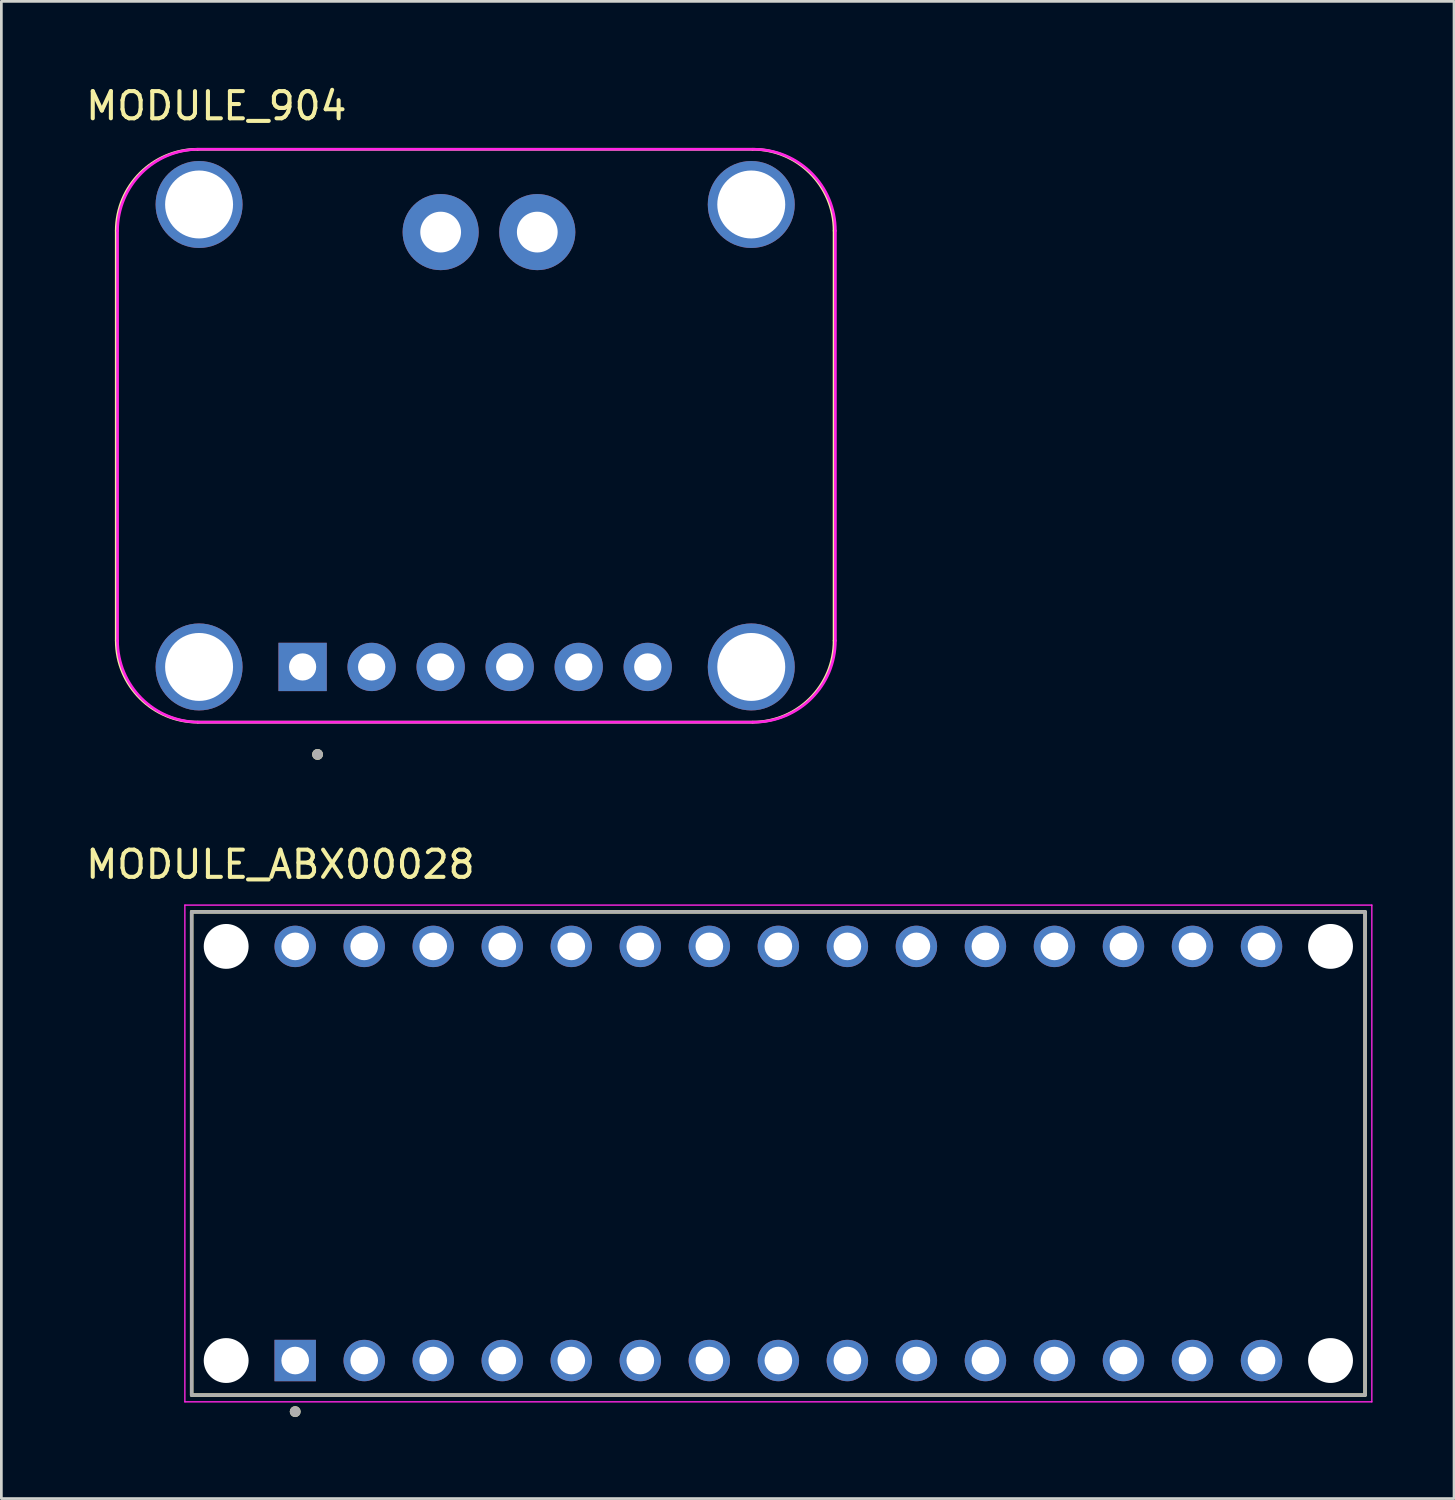
<source format=kicad_pcb>
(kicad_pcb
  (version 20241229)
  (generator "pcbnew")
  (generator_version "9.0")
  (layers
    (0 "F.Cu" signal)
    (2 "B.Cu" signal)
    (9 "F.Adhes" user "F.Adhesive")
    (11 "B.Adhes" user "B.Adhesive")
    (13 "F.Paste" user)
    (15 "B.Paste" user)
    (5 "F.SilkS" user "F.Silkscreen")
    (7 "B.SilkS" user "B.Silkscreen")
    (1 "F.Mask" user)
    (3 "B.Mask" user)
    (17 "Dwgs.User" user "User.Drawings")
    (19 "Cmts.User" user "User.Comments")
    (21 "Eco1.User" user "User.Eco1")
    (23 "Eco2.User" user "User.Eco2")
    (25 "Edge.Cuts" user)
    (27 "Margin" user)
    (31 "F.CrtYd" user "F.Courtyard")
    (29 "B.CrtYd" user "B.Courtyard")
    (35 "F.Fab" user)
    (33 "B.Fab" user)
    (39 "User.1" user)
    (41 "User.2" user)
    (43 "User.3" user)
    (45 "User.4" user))
  (footprint "MODULE_904"
    (layer "F.Cu")
    (at 1.736 24.033)
    (property "Reference" "MODULE_904" (at 3.175 -23.185 0) (layer "F.SilkS") (effects (font (size 1 1) (thickness 0.15))))
    (attr through_hole)
    (fp_line (start -0.508 -3.508) (end -0.508 -18.59) (stroke (width 0.1) (type default)) (layer "F.SilkS"))
    (fp_line (start 2.492 -21.59) (end 22.908 -21.59) (stroke (width 0.1) (type default)) (layer "F.SilkS"))
    (fp_line (start 22.908 -0.508) (end 2.492 -0.508) (stroke (width 0.1) (type default)) (layer "F.SilkS"))
    (fp_line (start 25.908 -18.59) (end 25.908 -3.508) (stroke (width 0.1) (type default)) (layer "F.SilkS"))
    (fp_arc (start -0.508 -18.59) (mid 0.37068 -20.71132) (end 2.492 -21.59) (stroke (width 0.1) (type default)) (layer "F.SilkS"))
    (fp_arc (start 2.492 -0.508) (mid 0.37068 -1.38668) (end -0.508 -3.508) (stroke (width 0.1) (type default)) (layer "F.SilkS"))
    (fp_arc (start 22.908 -21.59) (mid 25.02932 -20.71132) (end 25.908 -18.59) (stroke (width 0.1) (type default)) (layer "F.SilkS"))
    (fp_arc (start 25.908 -3.508) (mid 25.02932 -1.38668) (end 22.908 -0.508) (stroke (width 0.1) (type default)) (layer "F.SilkS"))
    (fp_circle (center 6.9 0.68) (end 7 0.68) (stroke (width 0.2) (type solid)) (fill no) (layer "F.SilkS"))
    (fp_line (start -0.46 -3.508) (end -0.46 -18.59) (stroke (width 0.1) (type default)) (layer "F.CrtYd"))
    (fp_line (start 2.54 -21.59) (end 22.956 -21.59) (stroke (width 0.1) (type default)) (layer "F.CrtYd"))
    (fp_line (start 22.956 -0.508) (end 2.54 -0.508) (stroke (width 0.1) (type default)) (layer "F.CrtYd"))
    (fp_line (start 25.956 -18.59) (end 25.956 -3.508) (stroke (width 0.1) (type default)) (layer "F.CrtYd"))
    (fp_arc (start -0.46 -18.59) (mid 0.41868 -20.71132) (end 2.54 -21.59) (stroke (width 0.1) (type default)) (layer "F.CrtYd"))
    (fp_arc (start 2.54 -0.508) (mid 0.41868 -1.38668) (end -0.46 -3.508) (stroke (width 0.1) (type default)) (layer "F.CrtYd"))
    (fp_arc (start 22.956 -21.59) (mid 25.07732 -20.71132) (end 25.956 -18.59) (stroke (width 0.1) (type default)) (layer "F.CrtYd"))
    (fp_arc (start 25.956 -3.508) (mid 25.07732 -1.38668) (end 22.956 -0.508) (stroke (width 0.1) (type default)) (layer "F.CrtYd"))
    (fp_circle (center 6.9 0.68) (end 7 0.68) (stroke (width 0.2) (type solid)) (fill no) (layer "F.Fab"))
    (pad "1" thru_hole rect (at 6.35 -2.54) (size 1.778 1.778) (drill 1) (layers "*.Cu" "*.Mask"))
    (pad "2" thru_hole circle (at 8.89 -2.54) (size 1.778 1.778) (drill 1) (layers "*.Cu" "*.Mask"))
    (pad "3" thru_hole circle (at 11.43 -2.54) (size 1.778 1.778) (drill 1) (layers "*.Cu" "*.Mask"))
    (pad "4" thru_hole circle (at 13.97 -2.54) (size 1.778 1.778) (drill 1) (layers "*.Cu" "*.Mask"))
    (pad "5" thru_hole circle (at 16.51 -2.54) (size 1.778 1.778) (drill 1) (layers "*.Cu" "*.Mask"))
    (pad "6" thru_hole circle (at 19.05 -2.54) (size 1.778 1.778) (drill 1) (layers "*.Cu" "*.Mask"))
    (pad "SH1" thru_hole circle (at 2.54 -19.558) (size 3.2 3.2) (drill 2.5) (layers "*.Cu" "*.Mask"))
    (pad "SH2" thru_hole circle (at 22.86 -19.558) (size 3.2 3.2) (drill 2.5) (layers "*.Cu" "*.Mask"))
    (pad "SH3" thru_hole circle (at 2.54 -2.54) (size 3.2 3.2) (drill 2.5) (layers "*.Cu" "*.Mask"))
    (pad "SH4" thru_hole circle (at 22.86 -2.54) (size 3.2 3.2) (drill 2.5) (layers "*.Cu" "*.Mask"))
    (pad "VIN+" thru_hole circle (at 14.986 -18.542) (size 2.8 2.8) (drill 1.5) (layers "*.Cu" "*.Mask"))
    (pad "VIN-" thru_hole circle (at 11.43 -18.542) (size 2.8 2.8) (drill 1.5) (layers "*.Cu" "*.Mask")))
  (footprint "MODULE_ABX00028"
    (layer "F.Cu")
    (at 25.593 39.397)
    (property "Reference" "MODULE_ABX00028" (at -18.325 -10.635 0) (layer "F.SilkS") (effects (font (size 1 1) (thickness 0.15))))
    (attr through_hole)
    (fp_line (start -21.59 -8.89) (end -21.59 8.89) (stroke (width 0.127) (type solid)) (layer "F.SilkS"))
    (fp_line (start -21.59 8.89) (end 21.59 8.89) (stroke (width 0.127) (type solid)) (layer "F.SilkS"))
    (fp_line (start 21.59 -8.89) (end -21.59 -8.89) (stroke (width 0.127) (type solid)) (layer "F.SilkS"))
    (fp_line (start 21.59 8.89) (end 21.59 -8.89) (stroke (width 0.127) (type solid)) (layer "F.SilkS"))
    (fp_circle (center -17.78 9.5) (end -17.68 9.5) (stroke (width 0.2) (type solid)) (fill no) (layer "F.SilkS"))
    (fp_line (start -21.84 -9.14) (end -21.84 9.14) (stroke (width 0.05) (type solid)) (layer "F.CrtYd"))
    (fp_line (start -21.84 9.14) (end 21.84 9.14) (stroke (width 0.05) (type solid)) (layer "F.CrtYd"))
    (fp_line (start 21.84 -9.14) (end -21.84 -9.14) (stroke (width 0.05) (type solid)) (layer "F.CrtYd"))
    (fp_line (start 21.84 9.14) (end 21.84 -9.14) (stroke (width 0.05) (type solid)) (layer "F.CrtYd"))
    (fp_line (start -21.59 -8.89) (end -21.59 8.89) (stroke (width 0.127) (type solid)) (layer "F.Fab"))
    (fp_line (start -21.59 8.89) (end 21.59 8.89) (stroke (width 0.127) (type solid)) (layer "F.Fab"))
    (fp_line (start 21.59 -8.89) (end -21.59 -8.89) (stroke (width 0.127) (type solid)) (layer "F.Fab"))
    (fp_line (start 21.59 8.89) (end 21.59 -8.89) (stroke (width 0.127) (type solid)) (layer "F.Fab"))
    (fp_circle (center -17.78 9.5) (end -17.68 9.5) (stroke (width 0.2) (type solid)) (fill no) (layer "F.Fab"))
    (pad "" np_thru_hole circle (at -20.32 -7.62) (size 1.651 1.651) (drill 1.651) (layers "*.Cu" "*.Mask"))
    (pad "" np_thru_hole circle (at -20.32 7.62) (size 1.651 1.651) (drill 1.651) (layers "*.Cu" "*.Mask"))
    (pad "" np_thru_hole circle (at 20.32 -7.62) (size 1.651 1.651) (drill 1.651) (layers "*.Cu" "*.Mask"))
    (pad "" np_thru_hole circle (at 20.32 7.62) (size 1.651 1.651) (drill 1.651) (layers "*.Cu" "*.Mask"))
    (pad "1" thru_hole rect (at -17.78 7.62) (size 1.524 1.524) (drill 1.016) (layers "*.Cu" "*.Mask"))
    (pad "2" thru_hole circle (at -15.24 7.62) (size 1.524 1.524) (drill 1.016) (layers "*.Cu" "*.Mask"))
    (pad "3" thru_hole circle (at -12.7 7.62) (size 1.524 1.524) (drill 1.016) (layers "*.Cu" "*.Mask"))
    (pad "4" thru_hole circle (at -10.16 7.62) (size 1.524 1.524) (drill 1.016) (layers "*.Cu" "*.Mask"))
    (pad "5" thru_hole circle (at -7.62 7.62) (size 1.524 1.524) (drill 1.016) (layers "*.Cu" "*.Mask"))
    (pad "6" thru_hole circle (at -5.08 7.62) (size 1.524 1.524) (drill 1.016) (layers "*.Cu" "*.Mask"))
    (pad "7" thru_hole circle (at -2.54 7.62) (size 1.524 1.524) (drill 1.016) (layers "*.Cu" "*.Mask"))
    (pad "8" thru_hole circle (at 0 7.62) (size 1.524 1.524) (drill 1.016) (layers "*.Cu" "*.Mask"))
    (pad "9" thru_hole circle (at 2.54 7.62) (size 1.524 1.524) (drill 1.016) (layers "*.Cu" "*.Mask"))
    (pad "10" thru_hole circle (at 5.08 7.62) (size 1.524 1.524) (drill 1.016) (layers "*.Cu" "*.Mask"))
    (pad "11" thru_hole circle (at 7.62 7.62) (size 1.524 1.524) (drill 1.016) (layers "*.Cu" "*.Mask"))
    (pad "12" thru_hole circle (at 10.16 7.62) (size 1.524 1.524) (drill 1.016) (layers "*.Cu" "*.Mask"))
    (pad "13" thru_hole circle (at 12.7 7.62) (size 1.524 1.524) (drill 1.016) (layers "*.Cu" "*.Mask"))
    (pad "14" thru_hole circle (at 15.24 7.62) (size 1.524 1.524) (drill 1.016) (layers "*.Cu" "*.Mask"))
    (pad "15" thru_hole circle (at 17.78 7.62) (size 1.524 1.524) (drill 1.016) (layers "*.Cu" "*.Mask"))
    (pad "16" thru_hole circle (at 17.78 -7.62) (size 1.524 1.524) (drill 1.016) (layers "*.Cu" "*.Mask"))
    (pad "17" thru_hole circle (at 15.24 -7.62) (size 1.524 1.524) (drill 1.016) (layers "*.Cu" "*.Mask"))
    (pad "18" thru_hole circle (at 12.7 -7.62) (size 1.524 1.524) (drill 1.016) (layers "*.Cu" "*.Mask"))
    (pad "19" thru_hole circle (at 10.16 -7.62) (size 1.524 1.524) (drill 1.016) (layers "*.Cu" "*.Mask"))
    (pad "20" thru_hole circle (at 7.62 -7.62) (size 1.524 1.524) (drill 1.016) (layers "*.Cu" "*.Mask"))
    (pad "21" thru_hole circle (at 5.08 -7.62) (size 1.524 1.524) (drill 1.016) (layers "*.Cu" "*.Mask"))
    (pad "22" thru_hole circle (at 2.54 -7.62) (size 1.524 1.524) (drill 1.016) (layers "*.Cu" "*.Mask"))
    (pad "23" thru_hole circle (at 0 -7.62) (size 1.524 1.524) (drill 1.016) (layers "*.Cu" "*.Mask"))
    (pad "24" thru_hole circle (at -2.54 -7.62) (size 1.524 1.524) (drill 1.016) (layers "*.Cu" "*.Mask"))
    (pad "25" thru_hole circle (at -5.08 -7.62) (size 1.524 1.524) (drill 1.016) (layers "*.Cu" "*.Mask"))
    (pad "26" thru_hole circle (at -7.62 -7.62) (size 1.524 1.524) (drill 1.016) (layers "*.Cu" "*.Mask"))
    (pad "27" thru_hole circle (at -10.16 -7.62) (size 1.524 1.524) (drill 1.016) (layers "*.Cu" "*.Mask"))
    (pad "28" thru_hole circle (at -12.7 -7.62) (size 1.524 1.524) (drill 1.016) (layers "*.Cu" "*.Mask"))
    (pad "29" thru_hole circle (at -15.24 -7.62) (size 1.524 1.524) (drill 1.016) (layers "*.Cu" "*.Mask"))
    (pad "30" thru_hole circle (at -17.78 -7.62) (size 1.524 1.524) (drill 1.016) (layers "*.Cu" "*.Mask")))
  (gr_rect
    (start -3 -3)
    (end 50.458 52.096)
    (stroke (width 0.1) (type default))
    (fill no)
    (layer "Edge.Cuts")))
</source>
